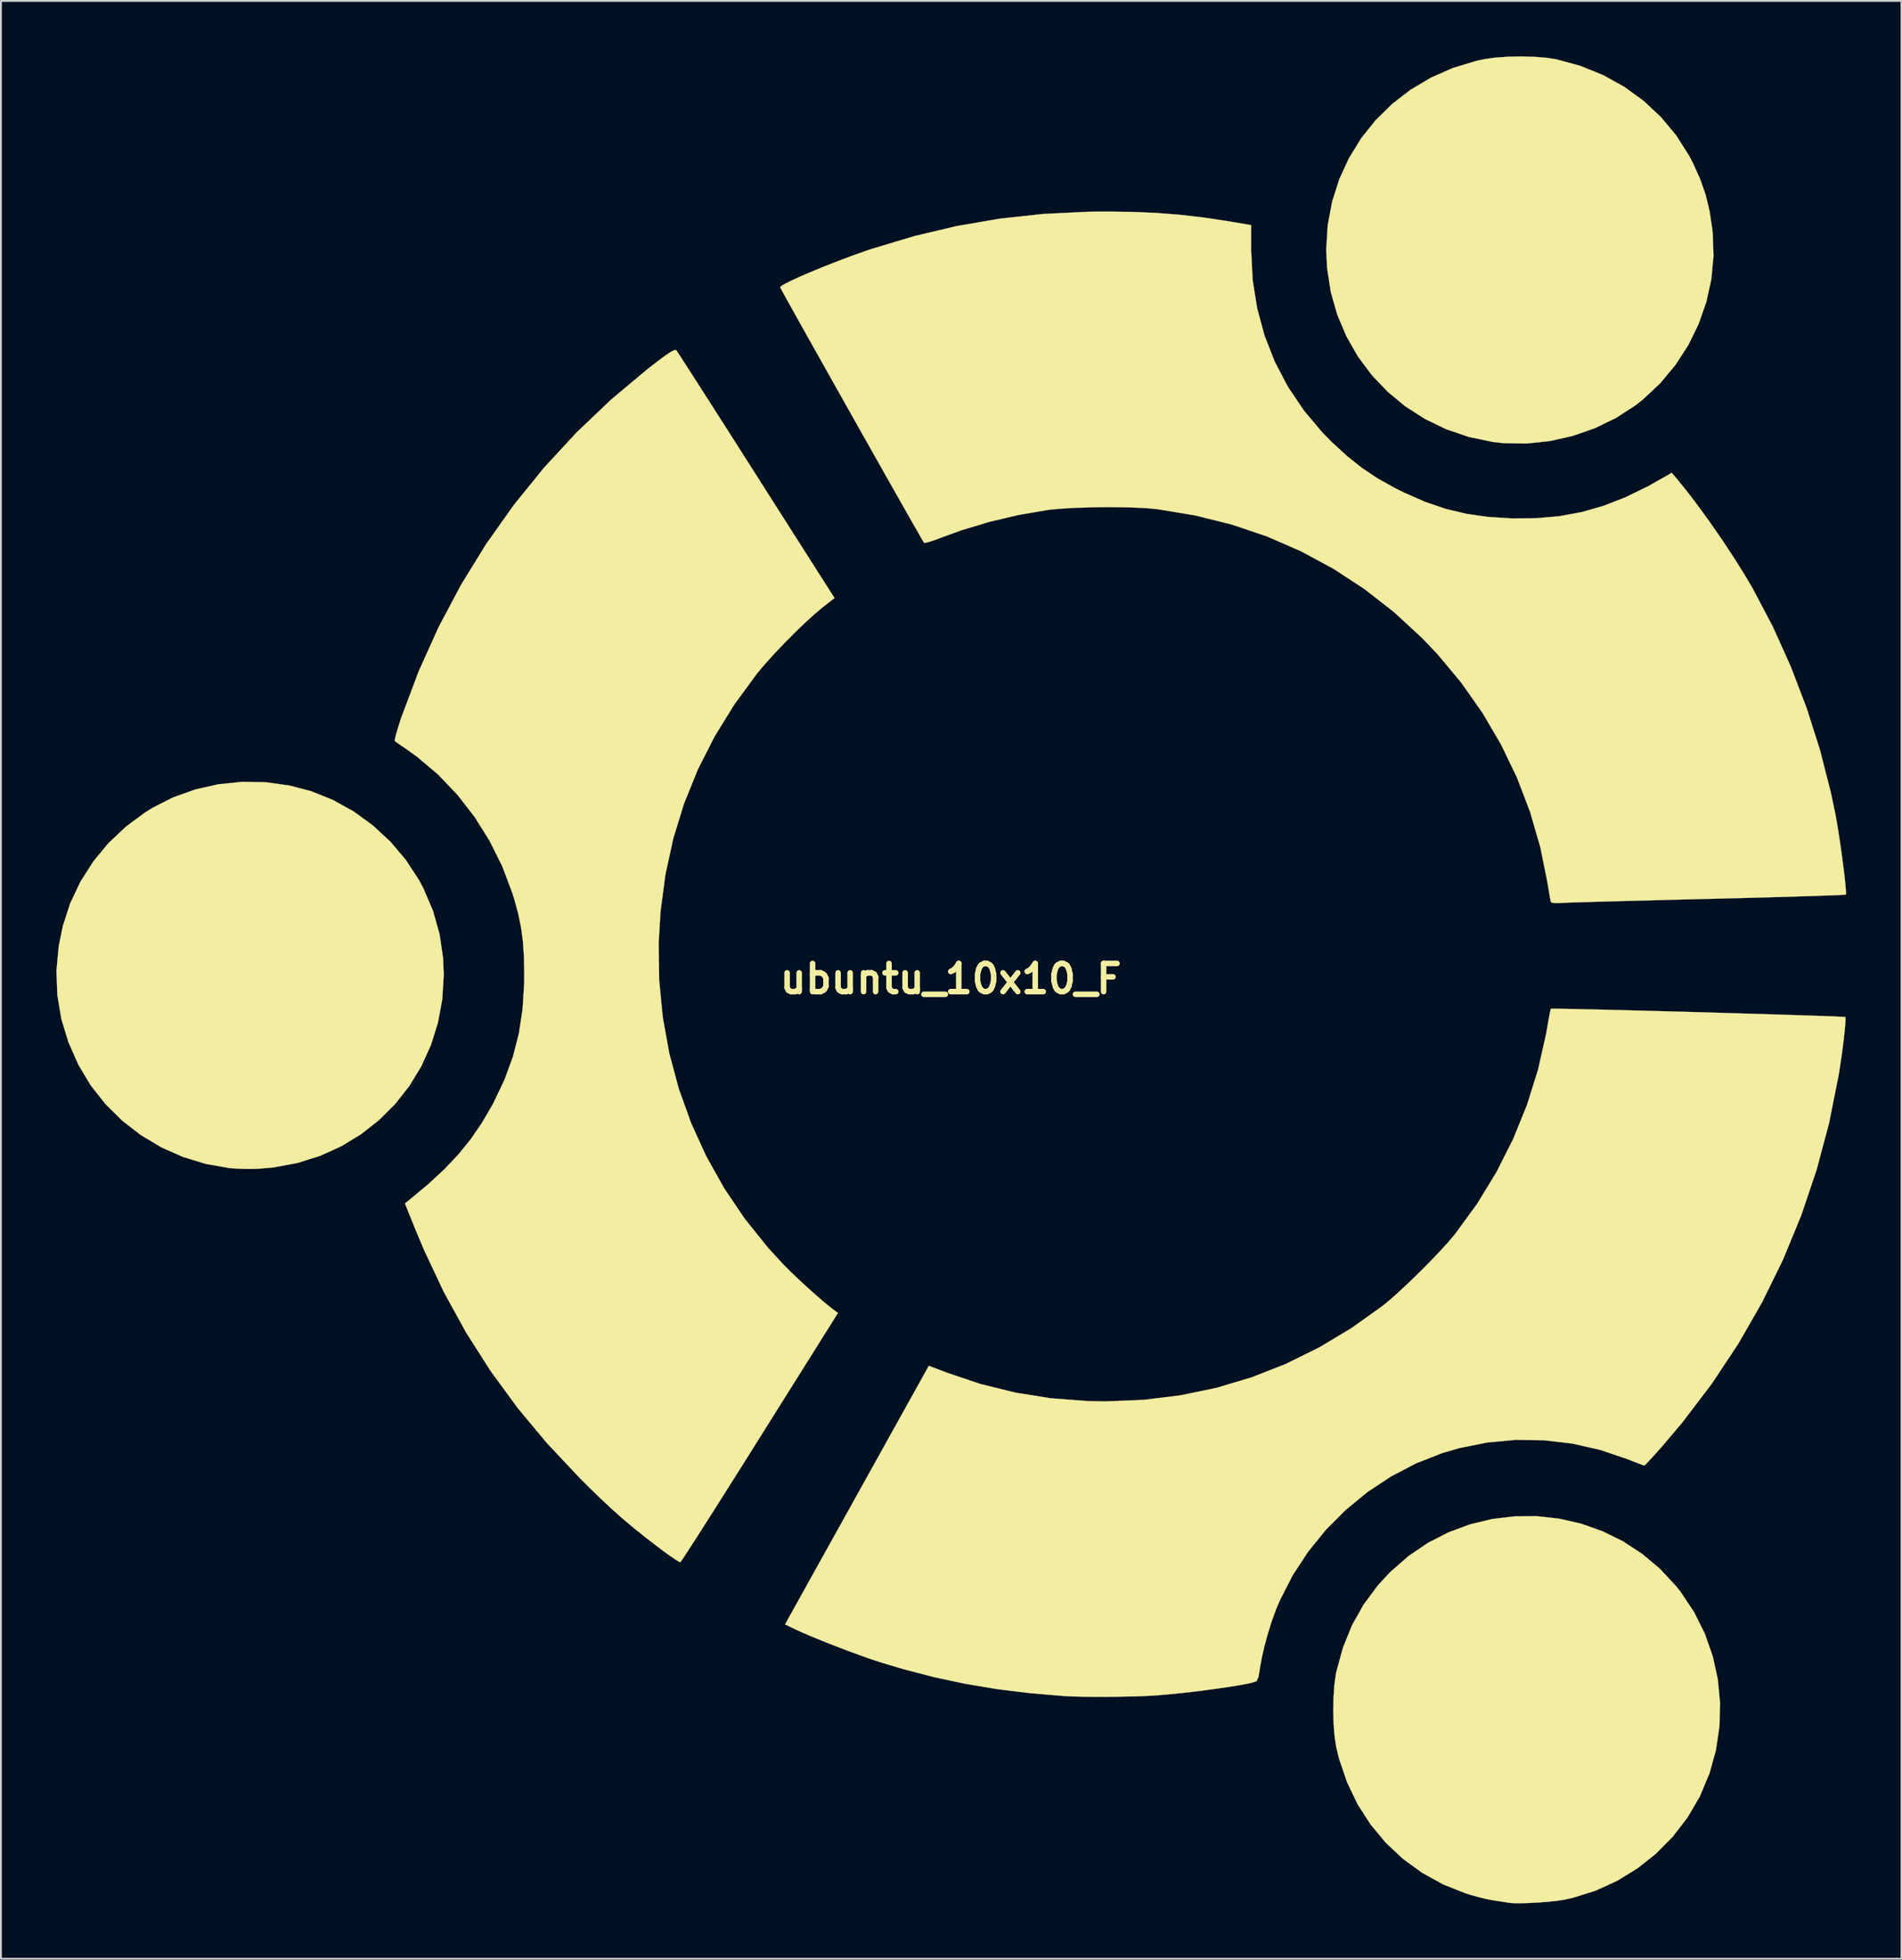
<source format=kicad_pcb>
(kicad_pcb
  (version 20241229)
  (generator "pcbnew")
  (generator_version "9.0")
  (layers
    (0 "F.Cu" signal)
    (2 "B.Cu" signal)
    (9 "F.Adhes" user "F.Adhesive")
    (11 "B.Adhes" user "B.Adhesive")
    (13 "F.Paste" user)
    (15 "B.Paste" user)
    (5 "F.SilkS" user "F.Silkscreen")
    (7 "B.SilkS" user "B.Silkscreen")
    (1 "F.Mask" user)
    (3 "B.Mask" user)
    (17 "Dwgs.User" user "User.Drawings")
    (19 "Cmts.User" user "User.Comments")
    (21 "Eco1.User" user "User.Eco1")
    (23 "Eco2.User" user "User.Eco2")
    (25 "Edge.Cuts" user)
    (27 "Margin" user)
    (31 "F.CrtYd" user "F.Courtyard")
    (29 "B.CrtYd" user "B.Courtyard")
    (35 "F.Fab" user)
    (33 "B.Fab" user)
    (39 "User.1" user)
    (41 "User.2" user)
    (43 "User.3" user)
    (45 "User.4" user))
  (footprint "ubuntu_10x10_F"
    (layer "F.Cu")
    (at 48.395 49.912)
    (property "Reference" "ubuntu_10x10_F" (at 0 0 0) (layer "F.SilkS") (effects (font (size 1.524 1.524) (thickness 0.3))))
    (attr through_hole)
    (fp_poly (pts (xy -37.06 -10.638) (xy -35.783 -10.462) (xy -34.62 -10.157) (xy -33.432 -9.681) (xy -32.309 -9.057) (xy -31.266 -8.299) (xy -30.319 -7.42) (xy -29.485 -6.435) (xy -28.78 -5.358) (xy -28.536 -4.9) (xy -28.015 -3.68) (xy -27.661 -2.426) (xy -27.47 -1.131) (xy -27.432 -0.222) (xy -27.513 1.104) (xy -27.749 2.378) (xy -28.131 3.591) (xy -28.65 4.733) (xy -29.297 5.796) (xy -30.063 6.769) (xy -30.938 7.643) (xy -31.915 8.409) (xy -32.983 9.058) (xy -34.135 9.579) (xy -35.36 9.964) (xy -36.651 10.203) (xy -37.465 10.273) (xy -37.934 10.283) (xy -38.442 10.274) (xy -38.898 10.248) (xy -39.02 10.237) (xy -40.306 10.013) (xy -41.545 9.634) (xy -42.722 9.111) (xy -43.824 8.452) (xy -44.836 7.667) (xy -45.746 6.765) (xy -46.539 5.756) (xy -47.191 4.669) (xy -47.742 3.427) (xy -48.126 2.161) (xy -48.342 0.874) (xy -48.39 -0.433) (xy -48.269 -1.759) (xy -48.046 -2.852) (xy -47.648 -4.082) (xy -47.098 -5.248) (xy -46.406 -6.337) (xy -45.581 -7.337) (xy -44.632 -8.236) (xy -43.569 -9.021) (xy -43.206 -9.246) (xy -42.076 -9.82) (xy -40.876 -10.248) (xy -39.626 -10.529) (xy -38.348 -10.66) (xy -37.06 -10.638)) (stroke (width 0.01) (type solid)) (fill yes) (layer "F.SilkS"))
    (fp_poly (pts (xy 31.593 -49.887) (xy 32.26 -49.833) (xy 32.766 -49.754) (xy 34.071 -49.398) (xy 35.3 -48.9) (xy 36.444 -48.266) (xy 37.492 -47.505) (xy 38.434 -46.624) (xy 39.258 -45.633) (xy 39.954 -44.538) (xy 40.155 -44.154) (xy 40.555 -43.27) (xy 40.852 -42.418) (xy 41.064 -41.537) (xy 41.209 -40.566) (xy 41.23 -40.371) (xy 41.275 -39.108) (xy 41.157 -37.851) (xy 40.885 -36.617) (xy 40.466 -35.422) (xy 39.906 -34.282) (xy 39.214 -33.213) (xy 38.396 -32.231) (xy 37.459 -31.352) (xy 37.034 -31.019) (xy 35.987 -30.343) (xy 34.851 -29.793) (xy 33.651 -29.376) (xy 32.412 -29.098) (xy 31.16 -28.965) (xy 29.921 -28.985) (xy 29.337 -29.05) (xy 28.039 -29.321) (xy 26.811 -29.739) (xy 25.662 -30.294) (xy 24.6 -30.976) (xy 23.635 -31.775) (xy 22.775 -32.681) (xy 22.03 -33.683) (xy 21.408 -34.772) (xy 20.917 -35.936) (xy 20.567 -37.167) (xy 20.367 -38.453) (xy 20.32 -39.458) (xy 20.401 -40.777) (xy 20.639 -42.048) (xy 21.025 -43.261) (xy 21.551 -44.407) (xy 22.208 -45.474) (xy 22.988 -46.453) (xy 23.883 -47.333) (xy 24.883 -48.105) (xy 25.981 -48.758) (xy 27.167 -49.281) (xy 28.435 -49.665) (xy 28.854 -49.756) (xy 29.44 -49.841) (xy 30.129 -49.892) (xy 30.864 -49.907) (xy 31.593 -49.887)) (stroke (width 0.01) (type solid)) (fill yes) (layer "F.SilkS"))
    (fp_poly (pts (xy 32.926 29.206) (xy 34.113 29.477) (xy 35.265 29.884) (xy 36.369 30.427) (xy 37.411 31.106) (xy 38.378 31.919) (xy 39.257 32.865) (xy 39.508 33.183) (xy 40.234 34.277) (xy 40.81 35.439) (xy 41.236 36.654) (xy 41.51 37.905) (xy 41.63 39.179) (xy 41.596 40.46) (xy 41.406 41.734) (xy 41.058 42.985) (xy 40.552 44.198) (xy 40.51 44.281) (xy 39.856 45.394) (xy 39.068 46.414) (xy 38.163 47.33) (xy 37.153 48.13) (xy 36.056 48.802) (xy 34.884 49.337) (xy 33.653 49.722) (xy 33.174 49.826) (xy 32.822 49.88) (xy 32.377 49.928) (xy 31.883 49.967) (xy 31.38 49.996) (xy 30.913 50.012) (xy 30.523 50.012) (xy 30.252 49.994) (xy 30.226 49.99) (xy 30.039 49.959) (xy 29.745 49.914) (xy 29.406 49.863) (xy 29.379 49.859) (xy 29.014 49.79) (xy 28.562 49.681) (xy 28.096 49.551) (xy 27.873 49.481) (xy 26.646 48.993) (xy 25.509 48.366) (xy 24.468 47.609) (xy 23.534 46.731) (xy 22.713 45.741) (xy 22.014 44.649) (xy 21.445 43.464) (xy 21.015 42.195) (xy 20.862 41.571) (xy 20.776 41.017) (xy 20.722 40.351) (xy 20.702 39.625) (xy 20.714 38.894) (xy 20.76 38.209) (xy 20.839 37.626) (xy 20.862 37.511) (xy 21.223 36.19) (xy 21.717 34.971) (xy 22.35 33.845) (xy 23.124 32.804) (xy 23.787 32.089) (xy 24.77 31.229) (xy 25.825 30.514) (xy 26.939 29.943) (xy 28.099 29.514) (xy 29.291 29.227) (xy 30.502 29.081) (xy 31.718 29.074) (xy 32.926 29.206)) (stroke (width 0.01) (type solid)) (fill yes) (layer "F.SilkS"))
    (fp_poly (pts (xy -14.85 -34.009) (xy -14.791 -33.923) (xy -14.648 -33.706) (xy -14.429 -33.367) (xy -14.14 -32.919) (xy -13.789 -32.373) (xy -13.382 -31.738) (xy -12.927 -31.028) (xy -12.432 -30.252) (xy -11.902 -29.422) (xy -11.346 -28.548) (xy -11.201 -28.321) (xy -10.621 -27.409) (xy -10.052 -26.515) (xy -9.504 -25.654) (xy -8.984 -24.838) (xy -8.503 -24.082) (xy -8.069 -23.4) (xy -7.69 -22.805) (xy -7.375 -22.31) (xy -7.133 -21.93) (xy -6.973 -21.679) (xy -6.966 -21.669) (xy -6.287 -20.605) (xy -6.93 -20.103) (xy -7.36 -19.744) (xy -7.865 -19.284) (xy -8.415 -18.756) (xy -8.978 -18.189) (xy -9.523 -17.617) (xy -10.019 -17.069) (xy -10.436 -16.578) (xy -10.49 -16.51) (xy -11.713 -14.841) (xy -12.777 -13.116) (xy -13.682 -11.335) (xy -14.426 -9.496) (xy -15.012 -7.601) (xy -15.438 -5.648) (xy -15.704 -3.638) (xy -15.804 -1.947) (xy -15.776 0.076) (xy -15.583 2.071) (xy -15.229 4.029) (xy -14.716 5.942) (xy -14.048 7.802) (xy -13.228 9.6) (xy -12.259 11.329) (xy -11.145 12.98) (xy -9.888 14.545) (xy -9.064 15.443) (xy -8.679 15.829) (xy -8.229 16.259) (xy -7.748 16.703) (xy -7.27 17.13) (xy -6.828 17.51) (xy -6.457 17.812) (xy -6.332 17.907) (xy -6.103 18.076) (xy -10.324 24.804) (xy -10.933 25.775) (xy -11.518 26.703) (xy -12.072 27.581) (xy -12.588 28.397) (xy -13.061 29.142) (xy -13.484 29.806) (xy -13.85 30.378) (xy -14.154 30.849) (xy -14.388 31.209) (xy -14.547 31.448) (xy -14.625 31.556) (xy -14.63 31.561) (xy -14.724 31.522) (xy -14.926 31.397) (xy -15.211 31.203) (xy -15.551 30.957) (xy -15.718 30.832) (xy -16.464 30.26) (xy -17.129 29.729) (xy -17.747 29.209) (xy -18.354 28.67) (xy -18.983 28.079) (xy -19.671 27.408) (xy -20.066 27.014) (xy -21.829 25.141) (xy -23.437 23.212) (xy -24.899 21.213) (xy -26.225 19.131) (xy -27.424 16.951) (xy -28.504 14.659) (xy -28.991 13.495) (xy -29.533 12.15) (xy -29.268 11.938) (xy -28.26 11.098) (xy -27.389 10.291) (xy -26.632 9.489) (xy -25.968 8.668) (xy -25.373 7.801) (xy -24.825 6.862) (xy -24.726 6.677) (xy -24.139 5.44) (xy -23.688 4.208) (xy -23.366 2.95) (xy -23.166 1.633) (xy -23.08 0.226) (xy -23.075 -0.254) (xy -23.093 -1.195) (xy -23.148 -2.02) (xy -23.249 -2.778) (xy -23.401 -3.522) (xy -23.613 -4.299) (xy -23.719 -4.639) (xy -24.266 -6.088) (xy -24.953 -7.47) (xy -25.768 -8.769) (xy -26.701 -9.969) (xy -27.741 -11.057) (xy -28.877 -12.017) (xy -29.379 -12.377) (xy -29.668 -12.575) (xy -29.904 -12.74) (xy -30.051 -12.845) (xy -30.079 -12.867) (xy -30.076 -12.962) (xy -30.023 -13.188) (xy -29.929 -13.517) (xy -29.803 -13.92) (xy -29.716 -14.18) (xy -28.788 -16.645) (xy -27.713 -19.028) (xy -26.494 -21.325) (xy -25.136 -23.53) (xy -23.641 -25.64) (xy -22.014 -27.649) (xy -20.256 -29.553) (xy -18.373 -31.346) (xy -16.367 -33.024) (xy -15.833 -33.435) (xy -15.444 -33.723) (xy -15.167 -33.91) (xy -14.985 -34.008) (xy -14.879 -34.025) (xy -14.85 -34.009)) (stroke (width 0.01) (type solid)) (fill yes) (layer "F.SilkS"))
    (fp_poly (pts (xy 32.807 1.616) (xy 33.191 1.621) (xy 33.701 1.631) (xy 34.323 1.645) (xy 35.043 1.661) (xy 35.846 1.681) (xy 36.719 1.703) (xy 37.646 1.727) (xy 38.614 1.753) (xy 39.608 1.78) (xy 40.613 1.808) (xy 41.617 1.837) (xy 42.603 1.866) (xy 43.559 1.894) (xy 44.469 1.921) (xy 45.319 1.948) (xy 46.095 1.973) (xy 46.783 1.996) (xy 47.369 2.016) (xy 47.837 2.034) (xy 48.175 2.049) (xy 48.366 2.06) (xy 48.406 2.065) (xy 48.419 2.171) (xy 48.409 2.417) (xy 48.377 2.779) (xy 48.328 3.23) (xy 48.264 3.745) (xy 48.188 4.298) (xy 48.103 4.862) (xy 48.045 5.224) (xy 47.527 7.811) (xy 46.853 10.335) (xy 46.024 12.794) (xy 45.04 15.183) (xy 43.903 17.502) (xy 42.615 19.745) (xy 41.177 21.912) (xy 39.59 23.998) (xy 38.53 25.252) (xy 38.215 25.607) (xy 37.938 25.913) (xy 37.719 26.149) (xy 37.578 26.295) (xy 37.533 26.331) (xy 37.439 26.302) (xy 37.223 26.221) (xy 36.919 26.103) (xy 36.642 25.993) (xy 35.162 25.489) (xy 33.648 25.145) (xy 32.111 24.963) (xy 30.568 24.942) (xy 29.032 25.084) (xy 27.518 25.388) (xy 26.585 25.661) (xy 25.17 26.218) (xy 23.82 26.923) (xy 22.549 27.766) (xy 21.37 28.734) (xy 20.293 29.816) (xy 19.333 31.001) (xy 18.5 32.277) (xy 17.808 33.632) (xy 17.607 34.108) (xy 17.386 34.71) (xy 17.174 35.381) (xy 16.985 36.068) (xy 16.834 36.719) (xy 16.733 37.281) (xy 16.716 37.412) (xy 16.652 37.775) (xy 16.561 37.975) (xy 16.52 38.009) (xy 16.336 38.07) (xy 16.008 38.144) (xy 15.56 38.226) (xy 15.015 38.314) (xy 14.399 38.404) (xy 13.735 38.493) (xy 13.047 38.578) (xy 12.36 38.654) (xy 11.698 38.719) (xy 11.084 38.77) (xy 11.007 38.775) (xy 10.521 38.801) (xy 9.923 38.822) (xy 9.252 38.836) (xy 8.548 38.844) (xy 7.852 38.845) (xy 7.202 38.84) (xy 6.639 38.827) (xy 6.203 38.808) (xy 6.181 38.806) (xy 4.28 38.645) (xy 2.498 38.426) (xy 0.792 38.141) (xy -0.881 37.784) (xy -2.566 37.345) (xy -3.768 36.987) (xy -4.287 36.816) (xy -4.904 36.599) (xy -5.579 36.35) (xy -6.275 36.085) (xy -6.952 35.817) (xy -7.573 35.562) (xy -8.099 35.336) (xy -8.398 35.198) (xy -8.964 34.925) (xy -5.074 27.93) (xy -1.184 20.935) (xy -0.22 21.303) (xy 1.626 21.924) (xy 3.496 22.385) (xy 5.405 22.69) (xy 7.37 22.841) (xy 8.382 22.86) (xy 10.429 22.778) (xy 12.431 22.533) (xy 14.385 22.126) (xy 16.291 21.557) (xy 18.146 20.827) (xy 19.949 19.936) (xy 21.699 18.885) (xy 23.368 17.694) (xy 23.779 17.356) (xy 24.27 16.918) (xy 24.813 16.41) (xy 25.378 15.861) (xy 25.936 15.299) (xy 26.457 14.754) (xy 26.913 14.255) (xy 27.273 13.831) (xy 27.297 13.801) (xy 28.484 12.172) (xy 29.532 10.456) (xy 30.435 8.665) (xy 31.187 6.811) (xy 31.784 4.907) (xy 32.22 2.965) (xy 32.265 2.709) (xy 32.335 2.307) (xy 32.397 1.97) (xy 32.445 1.73) (xy 32.473 1.621) (xy 32.475 1.618) (xy 32.563 1.615) (xy 32.807 1.616)) (stroke (width 0.01) (type solid)) (fill yes) (layer "F.SilkS"))
    (fp_poly (pts (xy 9.767 -41.497) (xy 11.085 -41.443) (xy 12.348 -41.346) (xy 13.612 -41.202) (xy 14.934 -41.006) (xy 15.431 -40.923) (xy 16.256 -40.78) (xy 16.256 -39.406) (xy 16.337 -37.823) (xy 16.58 -36.289) (xy 16.98 -34.808) (xy 17.535 -33.39) (xy 18.243 -32.039) (xy 19.1 -30.764) (xy 20.103 -29.57) (xy 20.628 -29.036) (xy 21.455 -28.278) (xy 22.262 -27.637) (xy 23.103 -27.076) (xy 24.03 -26.558) (xy 24.553 -26.298) (xy 25.691 -25.801) (xy 26.796 -25.425) (xy 27.914 -25.159) (xy 29.091 -24.992) (xy 30.353 -24.914) (xy 31.681 -24.922) (xy 32.932 -25.033) (xy 34.134 -25.253) (xy 35.315 -25.59) (xy 36.502 -26.052) (xy 37.725 -26.647) (xy 38.747 -27.224) (xy 39.013 -27.382) (xy 39.255 -27.098) (xy 39.834 -26.387) (xy 40.462 -25.563) (xy 41.115 -24.66) (xy 41.767 -23.717) (xy 42.392 -22.769) (xy 42.965 -21.855) (xy 43.396 -21.124) (xy 44.477 -19.072) (xy 45.452 -16.909) (xy 46.311 -14.666) (xy 47.041 -12.373) (xy 47.632 -10.058) (xy 47.875 -8.89) (xy 47.954 -8.45) (xy 48.037 -7.943) (xy 48.121 -7.394) (xy 48.202 -6.83) (xy 48.276 -6.276) (xy 48.341 -5.759) (xy 48.393 -5.303) (xy 48.429 -4.934) (xy 48.445 -4.68) (xy 48.439 -4.564) (xy 48.437 -4.561) (xy 48.347 -4.551) (xy 48.1 -4.538) (xy 47.707 -4.521) (xy 47.183 -4.502) (xy 46.538 -4.481) (xy 45.784 -4.457) (xy 44.935 -4.432) (xy 44.002 -4.406) (xy 42.997 -4.379) (xy 41.934 -4.352) (xy 40.979 -4.328) (xy 39.86 -4.301) (xy 38.781 -4.274) (xy 37.754 -4.247) (xy 36.793 -4.222) (xy 35.911 -4.198) (xy 35.121 -4.177) (xy 34.437 -4.157) (xy 33.872 -4.14) (xy 33.439 -4.126) (xy 33.152 -4.115) (xy 33.037 -4.109) (xy 32.706 -4.098) (xy 32.523 -4.126) (xy 32.472 -4.173) (xy 32.446 -4.295) (xy 32.402 -4.545) (xy 32.345 -4.883) (xy 32.3 -5.165) (xy 31.906 -7.121) (xy 31.352 -9.031) (xy 30.643 -10.886) (xy 29.782 -12.677) (xy 28.775 -14.393) (xy 27.626 -16.027) (xy 26.341 -17.568) (xy 25.49 -18.46) (xy 23.98 -19.85) (xy 22.385 -21.094) (xy 20.707 -22.191) (xy 18.951 -23.138) (xy 17.117 -23.936) (xy 15.209 -24.582) (xy 13.229 -25.075) (xy 11.179 -25.414) (xy 11.176 -25.415) (xy 10.637 -25.465) (xy 9.97 -25.5) (xy 9.213 -25.519) (xy 8.406 -25.523) (xy 7.589 -25.513) (xy 6.802 -25.489) (xy 6.084 -25.45) (xy 5.475 -25.398) (xy 5.249 -25.37) (xy 3.669 -25.1) (xy 2.088 -24.727) (xy 0.563 -24.268) (xy -0.517 -23.873) (xy -0.87 -23.74) (xy -1.166 -23.643) (xy -1.368 -23.594) (xy -1.441 -23.596) (xy -1.494 -23.682) (xy -1.622 -23.902) (xy -1.818 -24.243) (xy -2.076 -24.694) (xy -2.387 -25.242) (xy -2.746 -25.874) (xy -3.145 -26.578) (xy -3.577 -27.342) (xy -4.034 -28.152) (xy -4.511 -28.996) (xy -4.999 -29.862) (xy -5.492 -30.737) (xy -5.983 -31.61) (xy -6.465 -32.466) (xy -6.93 -33.294) (xy -7.372 -34.081) (xy -7.784 -34.815) (xy -8.158 -35.483) (xy -8.487 -36.072) (xy -8.765 -36.571) (xy -8.984 -36.966) (xy -9.137 -37.246) (xy -9.218 -37.397) (xy -9.229 -37.42) (xy -9.152 -37.497) (xy -8.937 -37.623) (xy -8.601 -37.79) (xy -8.167 -37.989) (xy -7.653 -38.211) (xy -7.08 -38.449) (xy -6.467 -38.694) (xy -5.834 -38.938) (xy -5.202 -39.172) (xy -4.591 -39.388) (xy -4.276 -39.495) (xy -1.967 -40.188) (xy 0.33 -40.732) (xy 2.642 -41.129) (xy 4.996 -41.385) (xy 7.42 -41.503) (xy 8.34 -41.513) (xy 9.767 -41.497)) (stroke (width 0.01) (type solid)) (fill yes) (layer "F.SilkS")))
  (gr_rect
    (start -3 -3)
    (end 99.845 102.928)
    (stroke (width 0.1) (type default))
    (fill no)
    (layer "Edge.Cuts")))
</source>
